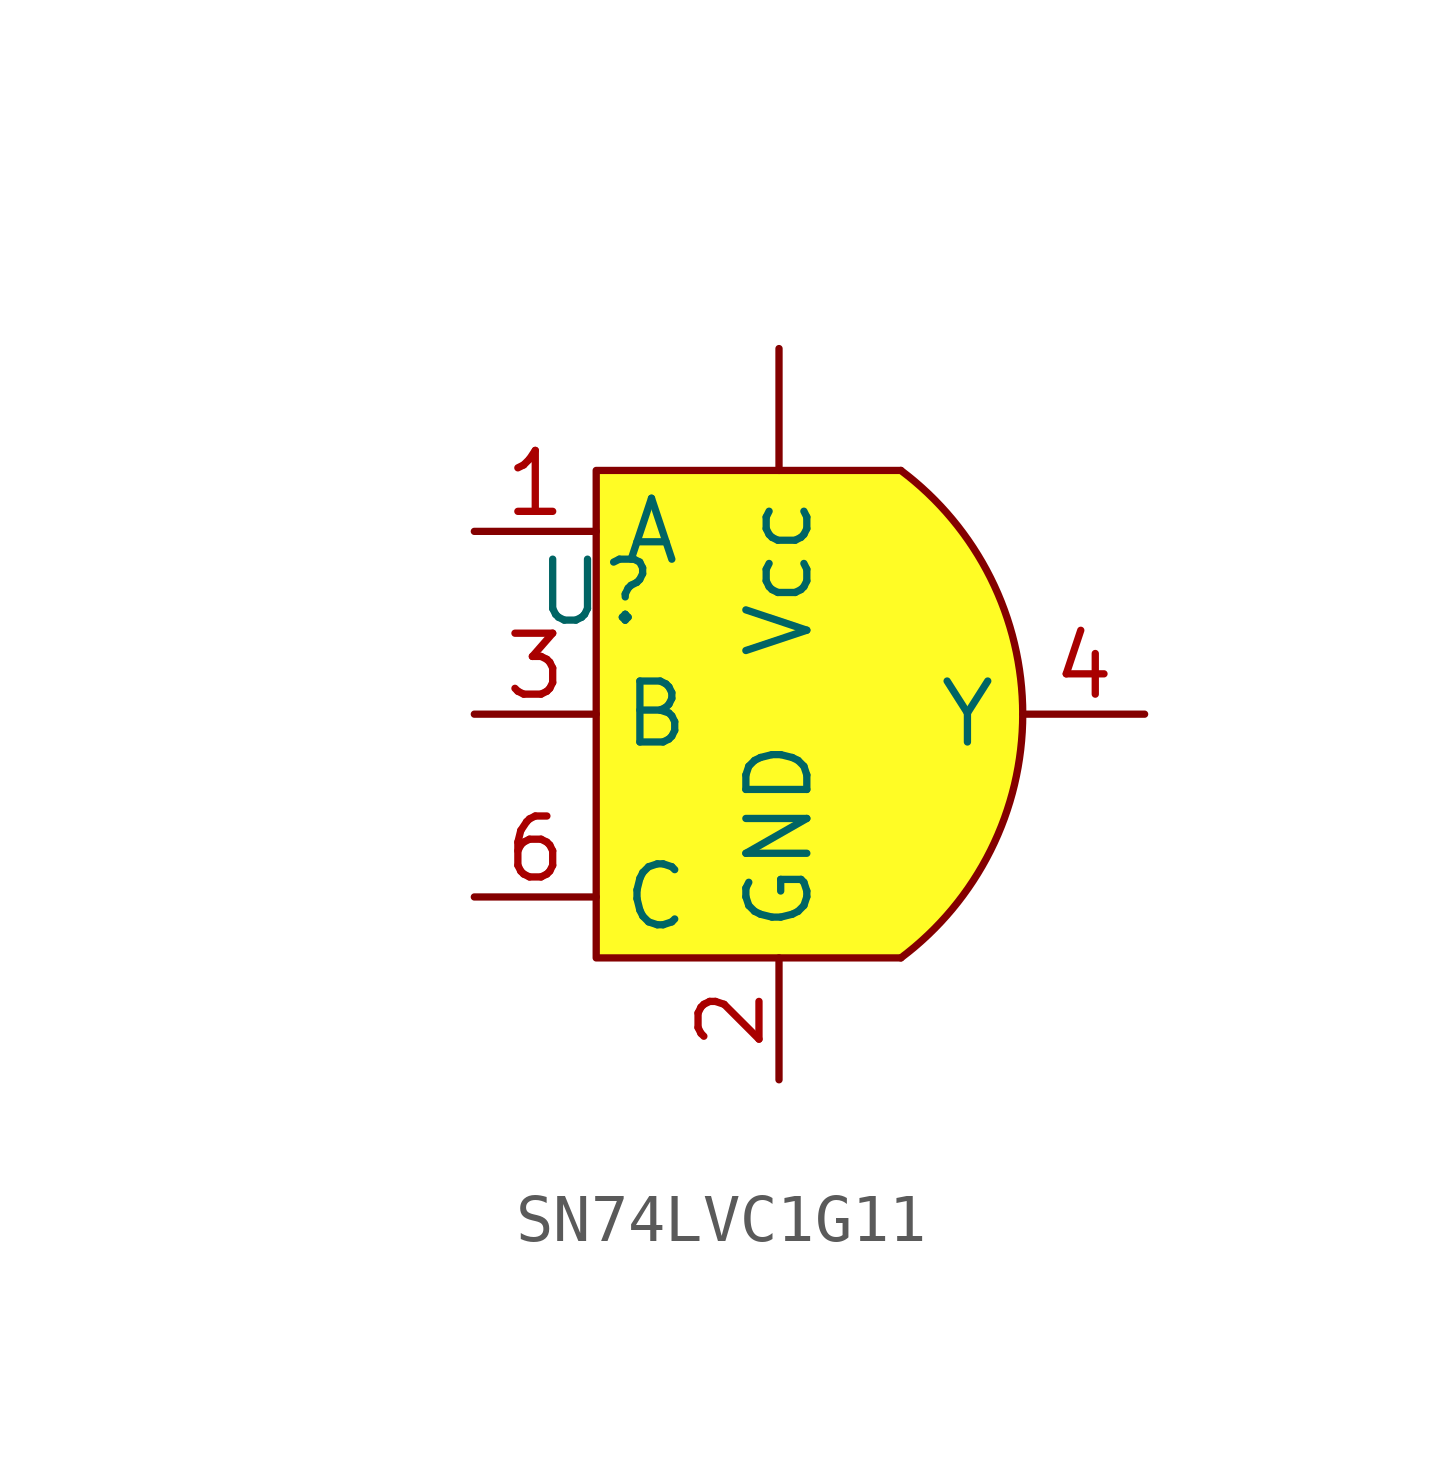
<source format=kicad_sym>
(kicad_symbol_lib
  (version 20241209)
  (generator "kicad_symbol_editor")
  (generator_version "9.0")
  (symbol "SN74LVC1G11"
    (property "Reference" "U"
      (at 6.35 -6.35 0)
      (effects (font (size 1.27 1.27))))
    (property "Value" ""
      (at 0 0 0)
      (effects (font (size 1.27 1.27))))
    (symbol "SN74LVC1G11_1_1"
      (arc (start 12.7 -3.81) (mid 15.24 -8.89) (end 12.7 -13.97) (stroke (width 0) (type solid)) (fill (type color) (color 255 252 37 1)))
      (polyline (pts (xy 12.7 -3.81) (xy 6.35 -3.81) (xy 6.35 -13.97) (xy 12.7 -13.97)) (stroke (width 0) (type solid)) (fill (type color) (color 255 252 37 1)))
      (pin input line (at 3.81 -5.08 0) (length 2.54) (name "A" (effects (font (size 1.27 1.27)))) (number "1" (effects (font (size 1.27 1.27)))))
      (pin input line (at 3.81 -8.89 0) (length 2.54) (name "B" (effects (font (size 1.27 1.27)))) (number "3" (effects (font (size 1.27 1.27)))))
      (pin input line (at 3.81 -12.7 0) (length 2.54) (name "C" (effects (font (size 1.27 1.27)))) (number "6" (effects (font (size 1.27 1.27)))))
      (pin power_in line (at 10.16 -1.27 270) (length 2.54) (name "Vcc" (effects (font (size 1.27 1.27)))) (number "" (effects (font (size 1.27 1.27)))))
      (pin power_in line (at 10.16 -16.51 90) (length 2.54) (name "GND" (effects (font (size 1.27 1.27)))) (number "2" (effects (font (size 1.27 1.27)))))
      (pin output line (at 17.78 -8.89 180) (length 2.54) (name "Y" (effects (font (size 1.27 1.27)))) (number "4" (effects (font (size 1.27 1.27))))))))
</source>
